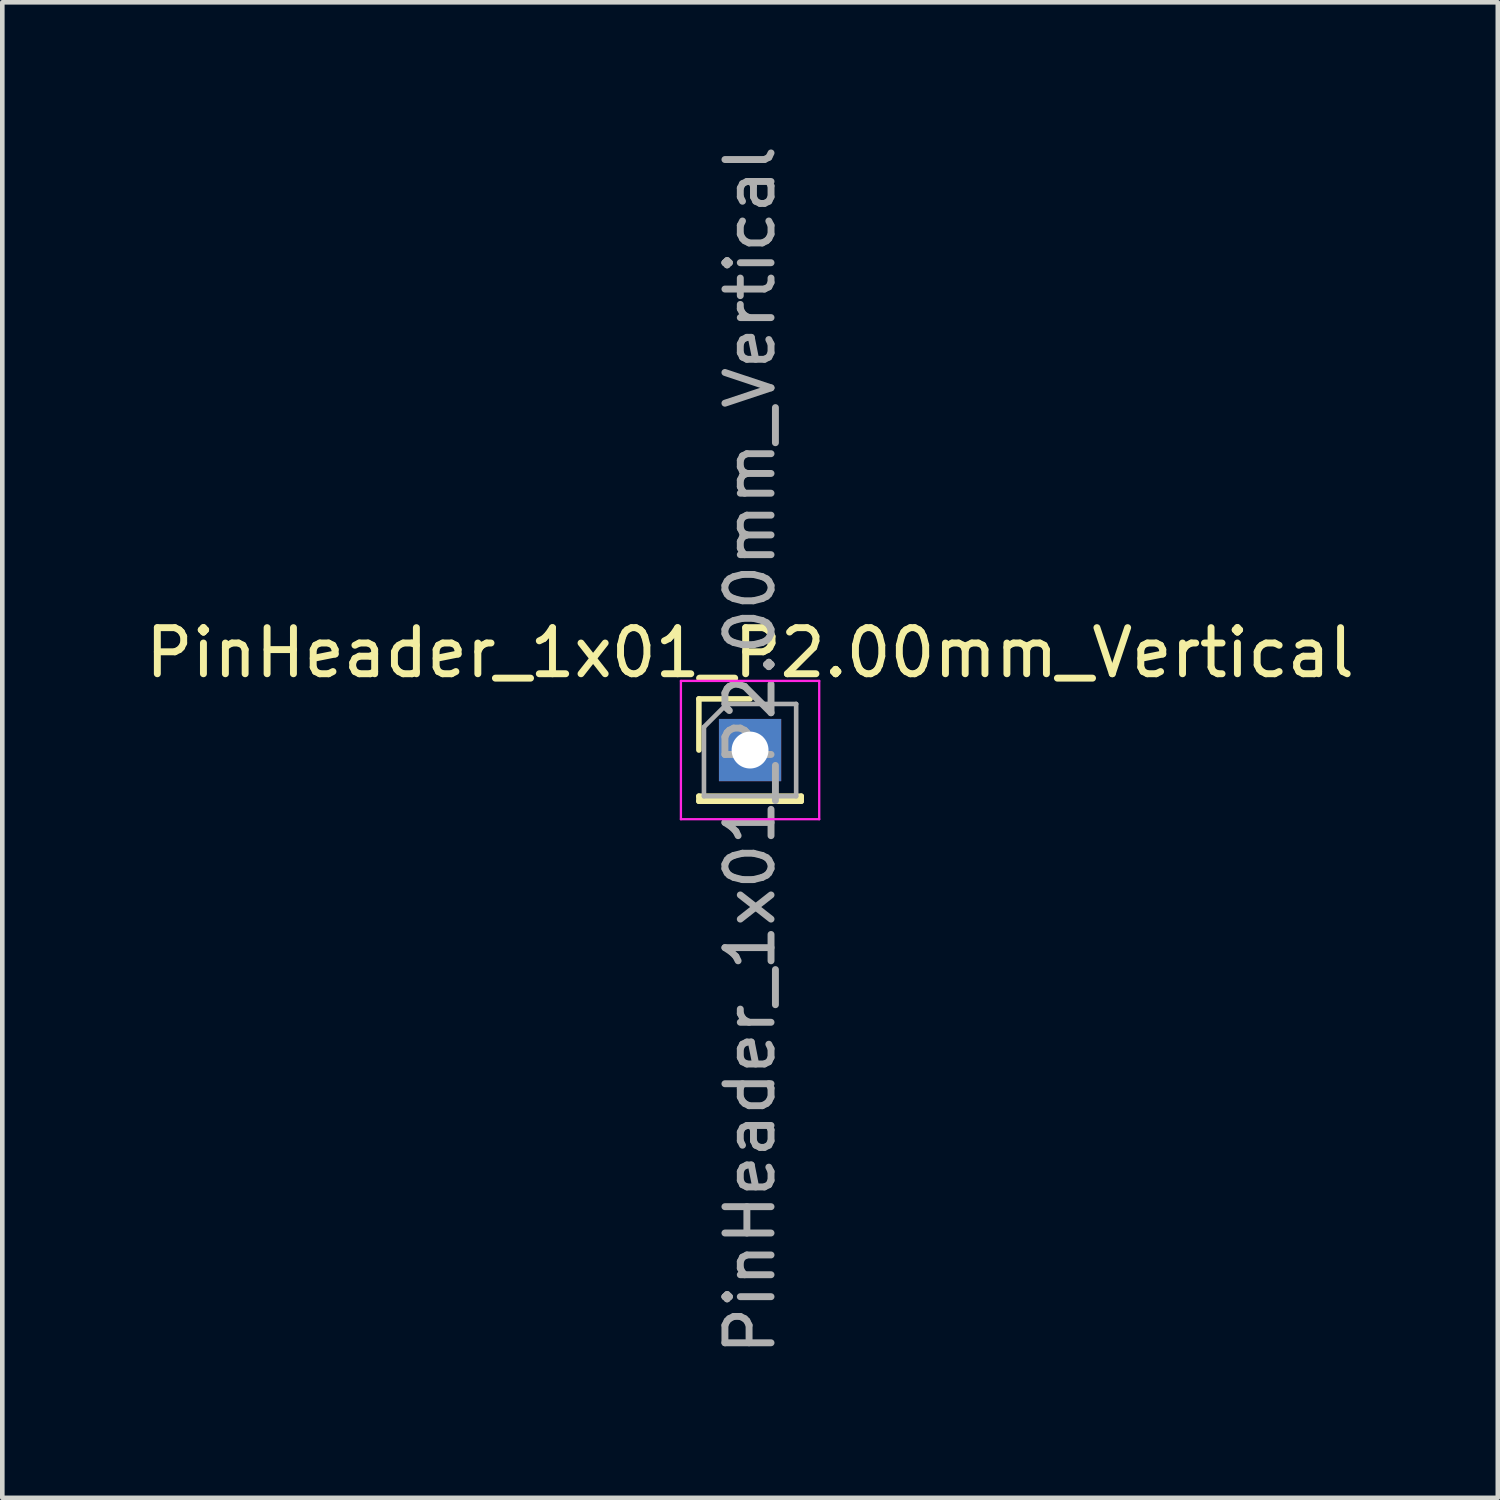
<source format=kicad_pcb>
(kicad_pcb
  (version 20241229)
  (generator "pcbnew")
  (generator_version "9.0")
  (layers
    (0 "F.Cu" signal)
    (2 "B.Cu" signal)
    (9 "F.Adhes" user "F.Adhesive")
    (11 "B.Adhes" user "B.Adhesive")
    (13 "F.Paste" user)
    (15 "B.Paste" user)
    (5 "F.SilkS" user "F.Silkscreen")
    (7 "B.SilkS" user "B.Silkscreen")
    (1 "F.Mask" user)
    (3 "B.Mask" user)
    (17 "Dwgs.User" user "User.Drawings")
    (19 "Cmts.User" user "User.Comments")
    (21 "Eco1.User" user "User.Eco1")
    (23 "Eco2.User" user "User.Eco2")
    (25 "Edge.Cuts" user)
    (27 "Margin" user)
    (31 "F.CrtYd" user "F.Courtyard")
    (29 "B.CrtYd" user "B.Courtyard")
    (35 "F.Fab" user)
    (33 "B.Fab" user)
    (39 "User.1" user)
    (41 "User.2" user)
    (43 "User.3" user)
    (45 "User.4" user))
  (footprint "PinHeader_1x01_P2.00mm_Vertical"
    (layer "F.Cu")
    (at 13.22 13.22)
    (property "Reference" "PinHeader_1x01_P2.00mm_Vertical" (at 0 -2.11 0) (layer "F.SilkS") (effects (font (size 1 1) (thickness 0.15))))
    (attr through_hole)
    (fp_line (start -1.11 -1.11) (end 0 -1.11) (stroke (width 0.12) (type solid)) (layer "F.SilkS"))
    (fp_line (start -1.11 0) (end -1.11 -1.11) (stroke (width 0.12) (type solid)) (layer "F.SilkS"))
    (fp_line (start -1.11 1) (end -1.11 1.11) (stroke (width 0.12) (type solid)) (layer "F.SilkS"))
    (fp_line (start -1.11 1) (end 1.11 1) (stroke (width 0.12) (type solid)) (layer "F.SilkS"))
    (fp_line (start -1.11 1.11) (end 1.11 1.11) (stroke (width 0.12) (type solid)) (layer "F.SilkS"))
    (fp_line (start 1.11 1) (end 1.11 1.11) (stroke (width 0.12) (type solid)) (layer "F.SilkS"))
    (fp_line (start -1.5 -1.5) (end -1.5 1.5) (stroke (width 0.05) (type solid)) (layer "F.CrtYd"))
    (fp_line (start -1.5 1.5) (end 1.5 1.5) (stroke (width 0.05) (type solid)) (layer "F.CrtYd"))
    (fp_line (start 1.5 -1.5) (end -1.5 -1.5) (stroke (width 0.05) (type solid)) (layer "F.CrtYd"))
    (fp_line (start 1.5 1.5) (end 1.5 -1.5) (stroke (width 0.05) (type solid)) (layer "F.CrtYd"))
    (fp_line (start -1 -0.5) (end -0.5 -1) (stroke (width 0.1) (type solid)) (layer "F.Fab"))
    (fp_line (start -1 1) (end -1 -0.5) (stroke (width 0.1) (type solid)) (layer "F.Fab"))
    (fp_line (start -0.5 -1) (end 1 -1) (stroke (width 0.1) (type solid)) (layer "F.Fab"))
    (fp_line (start 1 -1) (end 1 1) (stroke (width 0.1) (type solid)) (layer "F.Fab"))
    (fp_line (start 1 1) (end -1 1) (stroke (width 0.1) (type solid)) (layer "F.Fab"))
    (fp_text user "${REFERENCE}" (at 0 0 90) (layer "F.Fab") (effects (font (size 1 1) (thickness 0.15))))
    (pad "1" thru_hole rect (at 0 0) (size 1.35 1.35) (drill 0.8) (layers "*.Cu" "*.Mask")))
  (gr_rect
    (start -3 -3)
    (end 29.44 29.44)
    (stroke (width 0.1) (type default))
    (fill no)
    (layer "Edge.Cuts")))
</source>
